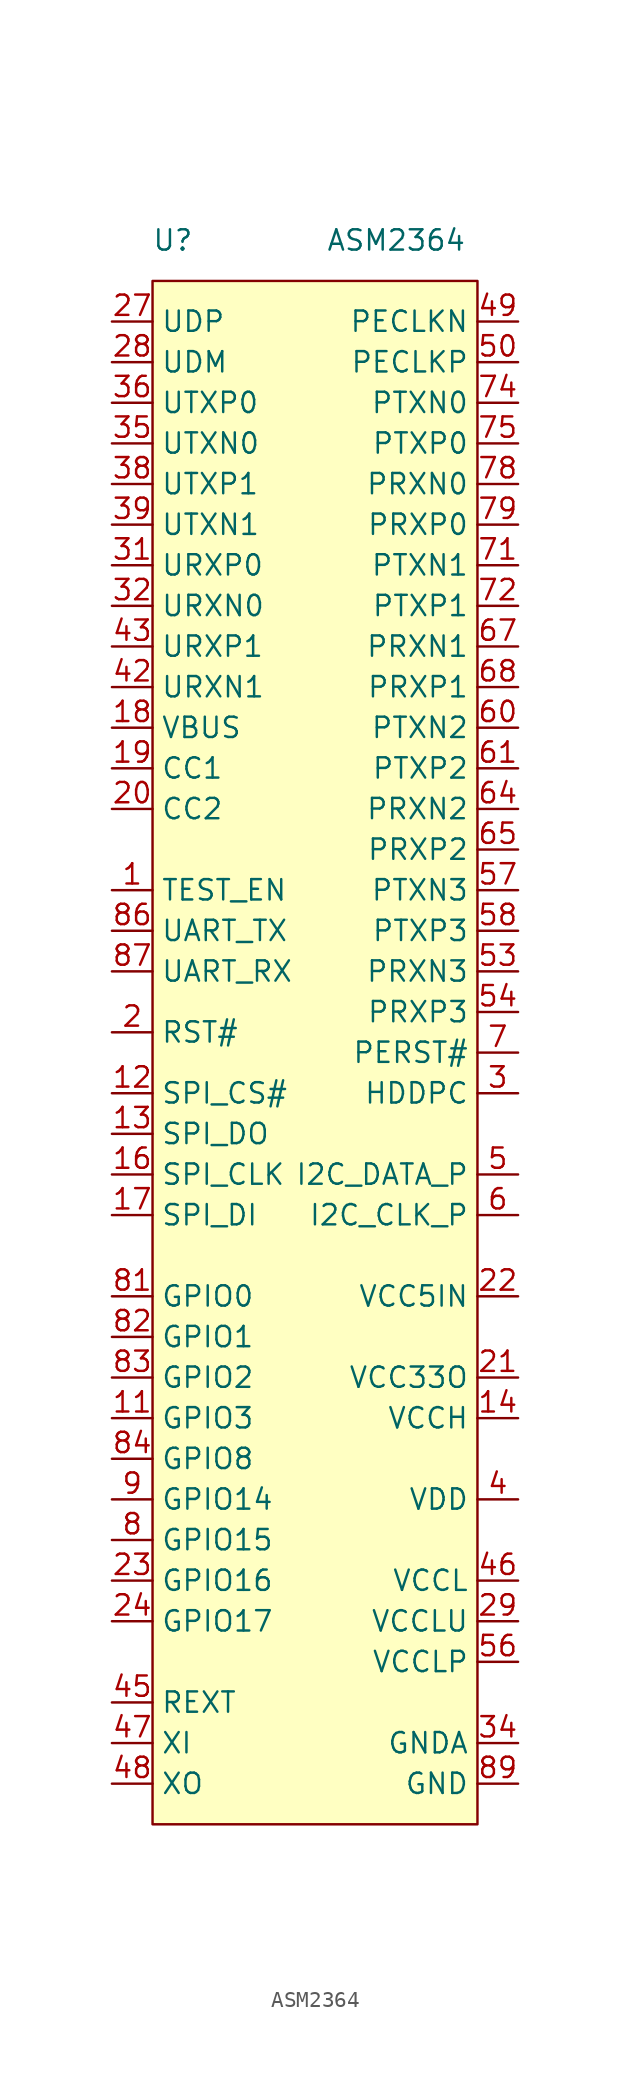
<source format=kicad_sym>
(kicad_symbol_lib
  (version 20211014)
  (generator kicad_symbol_editor)
  (symbol "ASM2364"
    (property "Reference" "U"
      (at -8.89 50.8 0)
      (effects (font (size 1.27 1.27))))
    (property "Value" "ASM2364"
      (at 5.08 50.8 0)
      (effects (font (size 1.27 1.27))))
    (symbol "ASM2364_0_1"
      (rectangle (start -10.16 48.26) (end 10.16 -48.26) (stroke (width 0) (type default) (color 0 0 0 0)) (fill (type background))))
    (symbol "ASM2364_1_1"
      (pin input line (at -12.7 10.16 0) (length 2.54) (name "TEST_EN" (effects (font (size 1.27 1.27)))) (number "1" (effects (font (size 1.27 1.27)))))
      (pin power_in line (at 12.7 -27.94 180) (length 2.54) hide (name "VDD" (effects (font (size 1.27 1.27)))) (number "10" (effects (font (size 1.27 1.27)))))
      (pin bidirectional line (at -12.7 -22.86 0) (length 2.54) (name "GPIO3" (effects (font (size 1.27 1.27)))) (number "11" (effects (font (size 1.27 1.27)))))
      (pin bidirectional line (at -12.7 -2.54 0) (length 2.54) (name "SPI_CS#" (effects (font (size 1.27 1.27)))) (number "12" (effects (font (size 1.27 1.27)))))
      (pin bidirectional line (at -12.7 -5.08 0) (length 2.54) (name "SPI_DO" (effects (font (size 1.27 1.27)))) (number "13" (effects (font (size 1.27 1.27)))))
      (pin power_in line (at 12.7 -22.86 180) (length 2.54) (name "VCCH" (effects (font (size 1.27 1.27)))) (number "14" (effects (font (size 1.27 1.27)))))
      (pin power_in line (at 12.7 -27.94 180) (length 2.54) hide (name "VDD" (effects (font (size 1.27 1.27)))) (number "15" (effects (font (size 1.27 1.27)))))
      (pin bidirectional line (at -12.7 -7.62 0) (length 2.54) (name "SPI_CLK" (effects (font (size 1.27 1.27)))) (number "16" (effects (font (size 1.27 1.27)))))
      (pin bidirectional line (at -12.7 -10.16 0) (length 2.54) (name "SPI_DI" (effects (font (size 1.27 1.27)))) (number "17" (effects (font (size 1.27 1.27)))))
      (pin input line (at -12.7 20.32 0) (length 2.54) (name "VBUS" (effects (font (size 1.27 1.27)))) (number "18" (effects (font (size 1.27 1.27)))))
      (pin input line (at -12.7 17.78 0) (length 2.54) (name "CC1" (effects (font (size 1.27 1.27)))) (number "19" (effects (font (size 1.27 1.27)))))
      (pin input line (at -12.7 1.27 0) (length 2.54) (name "RST#" (effects (font (size 1.27 1.27)))) (number "2" (effects (font (size 1.27 1.27)))))
      (pin input line (at -12.7 15.24 0) (length 2.54) (name "CC2" (effects (font (size 1.27 1.27)))) (number "20" (effects (font (size 1.27 1.27)))))
      (pin power_out line (at 12.7 -20.32 180) (length 2.54) (name "VCC33O" (effects (font (size 1.27 1.27)))) (number "21" (effects (font (size 1.27 1.27)))))
      (pin power_in line (at 12.7 -15.24 180) (length 2.54) (name "VCC5IN" (effects (font (size 1.27 1.27)))) (number "22" (effects (font (size 1.27 1.27)))))
      (pin bidirectional line (at -12.7 -33.02 0) (length 2.54) (name "GPIO16" (effects (font (size 1.27 1.27)))) (number "23" (effects (font (size 1.27 1.27)))))
      (pin bidirectional line (at -12.7 -35.56 0) (length 2.54) (name "GPIO17" (effects (font (size 1.27 1.27)))) (number "24" (effects (font (size 1.27 1.27)))))
      (pin power_in line (at 12.7 -27.94 180) (length 2.54) hide (name "VDD" (effects (font (size 1.27 1.27)))) (number "25" (effects (font (size 1.27 1.27)))))
      (pin power_in line (at 12.7 -22.86 180) (length 2.54) hide (name "VCCH" (effects (font (size 1.27 1.27)))) (number "26" (effects (font (size 1.27 1.27)))))
      (pin bidirectional line (at -12.7 45.72 0) (length 2.54) (name "UDP" (effects (font (size 1.27 1.27)))) (number "27" (effects (font (size 1.27 1.27)))))
      (pin bidirectional line (at -12.7 43.18 0) (length 2.54) (name "UDM" (effects (font (size 1.27 1.27)))) (number "28" (effects (font (size 1.27 1.27)))))
      (pin power_in line (at 12.7 -35.56 180) (length 2.54) (name "VCCLU" (effects (font (size 1.27 1.27)))) (number "29" (effects (font (size 1.27 1.27)))))
      (pin output line (at 12.7 -2.54 180) (length 2.54) (name "HDDPC" (effects (font (size 1.27 1.27)))) (number "3" (effects (font (size 1.27 1.27)))))
      (pin power_in line (at 12.7 -27.94 180) (length 2.54) hide (name "VDD" (effects (font (size 1.27 1.27)))) (number "30" (effects (font (size 1.27 1.27)))))
      (pin input line (at -12.7 30.48 0) (length 2.54) (name "URXP0" (effects (font (size 1.27 1.27)))) (number "31" (effects (font (size 1.27 1.27)))))
      (pin input line (at -12.7 27.94 0) (length 2.54) (name "URXN0" (effects (font (size 1.27 1.27)))) (number "32" (effects (font (size 1.27 1.27)))))
      (pin power_in line (at 12.7 -35.56 180) (length 2.54) hide (name "VCCLU" (effects (font (size 1.27 1.27)))) (number "33" (effects (font (size 1.27 1.27)))))
      (pin power_in line (at 12.7 -43.18 180) (length 2.54) (name "GNDA" (effects (font (size 1.27 1.27)))) (number "34" (effects (font (size 1.27 1.27)))))
      (pin output line (at -12.7 38.1 0) (length 2.54) (name "UTXN0" (effects (font (size 1.27 1.27)))) (number "35" (effects (font (size 1.27 1.27)))))
      (pin output line (at -12.7 40.64 0) (length 2.54) (name "UTXP0" (effects (font (size 1.27 1.27)))) (number "36" (effects (font (size 1.27 1.27)))))
      (pin power_in line (at 12.7 -27.94 180) (length 2.54) hide (name "VDD" (effects (font (size 1.27 1.27)))) (number "37" (effects (font (size 1.27 1.27)))))
      (pin output line (at -12.7 35.56 0) (length 2.54) (name "UTXP1" (effects (font (size 1.27 1.27)))) (number "38" (effects (font (size 1.27 1.27)))))
      (pin output line (at -12.7 33.02 0) (length 2.54) (name "UTXN1" (effects (font (size 1.27 1.27)))) (number "39" (effects (font (size 1.27 1.27)))))
      (pin power_in line (at 12.7 -27.94 180) (length 2.54) (name "VDD" (effects (font (size 1.27 1.27)))) (number "4" (effects (font (size 1.27 1.27)))))
      (pin power_in line (at 12.7 -43.18 180) (length 2.54) hide (name "GNDA" (effects (font (size 1.27 1.27)))) (number "40" (effects (font (size 1.27 1.27)))))
      (pin power_in line (at 12.7 -35.56 180) (length 2.54) hide (name "VCCLU" (effects (font (size 1.27 1.27)))) (number "41" (effects (font (size 1.27 1.27)))))
      (pin input line (at -12.7 22.86 0) (length 2.54) (name "URXN1" (effects (font (size 1.27 1.27)))) (number "42" (effects (font (size 1.27 1.27)))))
      (pin input line (at -12.7 25.4 0) (length 2.54) (name "URXP1" (effects (font (size 1.27 1.27)))) (number "43" (effects (font (size 1.27 1.27)))))
      (pin power_in line (at 12.7 -27.94 180) (length 2.54) hide (name "VDD" (effects (font (size 1.27 1.27)))) (number "44" (effects (font (size 1.27 1.27)))))
      (pin input line (at -12.7 -40.64 0) (length 2.54) (name "REXT" (effects (font (size 1.27 1.27)))) (number "45" (effects (font (size 1.27 1.27)))))
      (pin power_in line (at 12.7 -33.02 180) (length 2.54) (name "VCCL" (effects (font (size 1.27 1.27)))) (number "46" (effects (font (size 1.27 1.27)))))
      (pin input line (at -12.7 -43.18 0) (length 2.54) (name "XI" (effects (font (size 1.27 1.27)))) (number "47" (effects (font (size 1.27 1.27)))))
      (pin output line (at -12.7 -45.72 0) (length 2.54) (name "XO" (effects (font (size 1.27 1.27)))) (number "48" (effects (font (size 1.27 1.27)))))
      (pin output line (at 12.7 45.72 180) (length 2.54) (name "PECLKN" (effects (font (size 1.27 1.27)))) (number "49" (effects (font (size 1.27 1.27)))))
      (pin bidirectional line (at 12.7 -7.62 180) (length 2.54) (name "I2C_DATA_P" (effects (font (size 1.27 1.27)))) (number "5" (effects (font (size 1.27 1.27)))))
      (pin output line (at 12.7 43.18 180) (length 2.54) (name "PECLKP" (effects (font (size 1.27 1.27)))) (number "50" (effects (font (size 1.27 1.27)))))
      (pin power_in line (at 12.7 -27.94 180) (length 2.54) hide (name "VDD" (effects (font (size 1.27 1.27)))) (number "51" (effects (font (size 1.27 1.27)))))
      (pin power_in line (at 12.7 -27.94 180) (length 2.54) hide (name "VDD" (effects (font (size 1.27 1.27)))) (number "52" (effects (font (size 1.27 1.27)))))
      (pin input line (at 12.7 5.08 180) (length 2.54) (name "PRXN3" (effects (font (size 1.27 1.27)))) (number "53" (effects (font (size 1.27 1.27)))))
      (pin input line (at 12.7 2.54 180) (length 2.54) (name "PRXP3" (effects (font (size 1.27 1.27)))) (number "54" (effects (font (size 1.27 1.27)))))
      (pin power_in line (at 12.7 -43.18 180) (length 2.54) hide (name "GNDA" (effects (font (size 1.27 1.27)))) (number "55" (effects (font (size 1.27 1.27)))))
      (pin power_in line (at 12.7 -38.1 180) (length 2.54) (name "VCCLP" (effects (font (size 1.27 1.27)))) (number "56" (effects (font (size 1.27 1.27)))))
      (pin output line (at 12.7 10.16 180) (length 2.54) (name "PTXN3" (effects (font (size 1.27 1.27)))) (number "57" (effects (font (size 1.27 1.27)))))
      (pin output line (at 12.7 7.62 180) (length 2.54) (name "PTXP3" (effects (font (size 1.27 1.27)))) (number "58" (effects (font (size 1.27 1.27)))))
      (pin power_in line (at 12.7 -27.94 180) (length 2.54) hide (name "VDD" (effects (font (size 1.27 1.27)))) (number "59" (effects (font (size 1.27 1.27)))))
      (pin bidirectional line (at 12.7 -10.16 180) (length 2.54) (name "I2C_CLK_P" (effects (font (size 1.27 1.27)))) (number "6" (effects (font (size 1.27 1.27)))))
      (pin output line (at 12.7 20.32 180) (length 2.54) (name "PTXN2" (effects (font (size 1.27 1.27)))) (number "60" (effects (font (size 1.27 1.27)))))
      (pin output line (at 12.7 17.78 180) (length 2.54) (name "PTXP2" (effects (font (size 1.27 1.27)))) (number "61" (effects (font (size 1.27 1.27)))))
      (pin power_in line (at 12.7 -38.1 180) (length 2.54) hide (name "VCCLP" (effects (font (size 1.27 1.27)))) (number "62" (effects (font (size 1.27 1.27)))))
      (pin power_in line (at 12.7 -43.18 180) (length 2.54) hide (name "GNDA" (effects (font (size 1.27 1.27)))) (number "63" (effects (font (size 1.27 1.27)))))
      (pin input line (at 12.7 15.24 180) (length 2.54) (name "PRXN2" (effects (font (size 1.27 1.27)))) (number "64" (effects (font (size 1.27 1.27)))))
      (pin input line (at 12.7 12.7 180) (length 2.54) (name "PRXP2" (effects (font (size 1.27 1.27)))) (number "65" (effects (font (size 1.27 1.27)))))
      (pin power_in line (at 12.7 -27.94 180) (length 2.54) hide (name "VDD" (effects (font (size 1.27 1.27)))) (number "66" (effects (font (size 1.27 1.27)))))
      (pin input line (at 12.7 25.4 180) (length 2.54) (name "PRXN1" (effects (font (size 1.27 1.27)))) (number "67" (effects (font (size 1.27 1.27)))))
      (pin input line (at 12.7 22.86 180) (length 2.54) (name "PRXP1" (effects (font (size 1.27 1.27)))) (number "68" (effects (font (size 1.27 1.27)))))
      (pin power_in line (at 12.7 -43.18 180) (length 2.54) hide (name "GNDA" (effects (font (size 1.27 1.27)))) (number "69" (effects (font (size 1.27 1.27)))))
      (pin output line (at 12.7 0 180) (length 2.54) (name "PERST#" (effects (font (size 1.27 1.27)))) (number "7" (effects (font (size 1.27 1.27)))))
      (pin power_in line (at 12.7 -38.1 180) (length 2.54) hide (name "VCCLP" (effects (font (size 1.27 1.27)))) (number "70" (effects (font (size 1.27 1.27)))))
      (pin output line (at 12.7 30.48 180) (length 2.54) (name "PTXN1" (effects (font (size 1.27 1.27)))) (number "71" (effects (font (size 1.27 1.27)))))
      (pin output line (at 12.7 27.94 180) (length 2.54) (name "PTXP1" (effects (font (size 1.27 1.27)))) (number "72" (effects (font (size 1.27 1.27)))))
      (pin power_in line (at 12.7 -27.94 180) (length 2.54) hide (name "VDD" (effects (font (size 1.27 1.27)))) (number "73" (effects (font (size 1.27 1.27)))))
      (pin output line (at 12.7 40.64 180) (length 2.54) (name "PTXN0" (effects (font (size 1.27 1.27)))) (number "74" (effects (font (size 1.27 1.27)))))
      (pin output line (at 12.7 38.1 180) (length 2.54) (name "PTXP0" (effects (font (size 1.27 1.27)))) (number "75" (effects (font (size 1.27 1.27)))))
      (pin power_in line (at 12.7 -38.1 180) (length 2.54) hide (name "VCCLP" (effects (font (size 1.27 1.27)))) (number "76" (effects (font (size 1.27 1.27)))))
      (pin power_in line (at 12.7 -43.18 180) (length 2.54) hide (name "GNDA" (effects (font (size 1.27 1.27)))) (number "77" (effects (font (size 1.27 1.27)))))
      (pin input line (at 12.7 35.56 180) (length 2.54) (name "PRXN0" (effects (font (size 1.27 1.27)))) (number "78" (effects (font (size 1.27 1.27)))))
      (pin input line (at 12.7 33.02 180) (length 2.54) (name "PRXP0" (effects (font (size 1.27 1.27)))) (number "79" (effects (font (size 1.27 1.27)))))
      (pin bidirectional line (at -12.7 -30.48 0) (length 2.54) (name "GPIO15" (effects (font (size 1.27 1.27)))) (number "8" (effects (font (size 1.27 1.27)))))
      (pin power_in line (at 12.7 -27.94 180) (length 2.54) hide (name "VDD" (effects (font (size 1.27 1.27)))) (number "80" (effects (font (size 1.27 1.27)))))
      (pin bidirectional line (at -12.7 -15.24 0) (length 2.54) (name "GPIO0" (effects (font (size 1.27 1.27)))) (number "81" (effects (font (size 1.27 1.27)))))
      (pin bidirectional line (at -12.7 -17.78 0) (length 2.54) (name "GPIO1" (effects (font (size 1.27 1.27)))) (number "82" (effects (font (size 1.27 1.27)))))
      (pin bidirectional line (at -12.7 -20.32 0) (length 2.54) (name "GPIO2" (effects (font (size 1.27 1.27)))) (number "83" (effects (font (size 1.27 1.27)))))
      (pin bidirectional line (at -12.7 -25.4 0) (length 2.54) (name "GPIO8" (effects (font (size 1.27 1.27)))) (number "84" (effects (font (size 1.27 1.27)))))
      (pin power_in line (at 12.7 -27.94 180) (length 2.54) hide (name "VDD" (effects (font (size 1.27 1.27)))) (number "85" (effects (font (size 1.27 1.27)))))
      (pin output line (at -12.7 7.62 0) (length 2.54) (name "UART_TX" (effects (font (size 1.27 1.27)))) (number "86" (effects (font (size 1.27 1.27)))))
      (pin input line (at -12.7 5.08 0) (length 2.54) (name "UART_RX" (effects (font (size 1.27 1.27)))) (number "87" (effects (font (size 1.27 1.27)))))
      (pin power_in line (at 12.7 -22.86 180) (length 2.54) hide (name "VCCH" (effects (font (size 1.27 1.27)))) (number "88" (effects (font (size 1.27 1.27)))))
      (pin power_in line (at 12.7 -45.72 180) (length 2.54) (name "GND" (effects (font (size 1.27 1.27)))) (number "89" (effects (font (size 1.27 1.27)))))
      (pin bidirectional line (at -12.7 -27.94 0) (length 2.54) (name "GPIO14" (effects (font (size 1.27 1.27)))) (number "9" (effects (font (size 1.27 1.27))))))))
</source>
